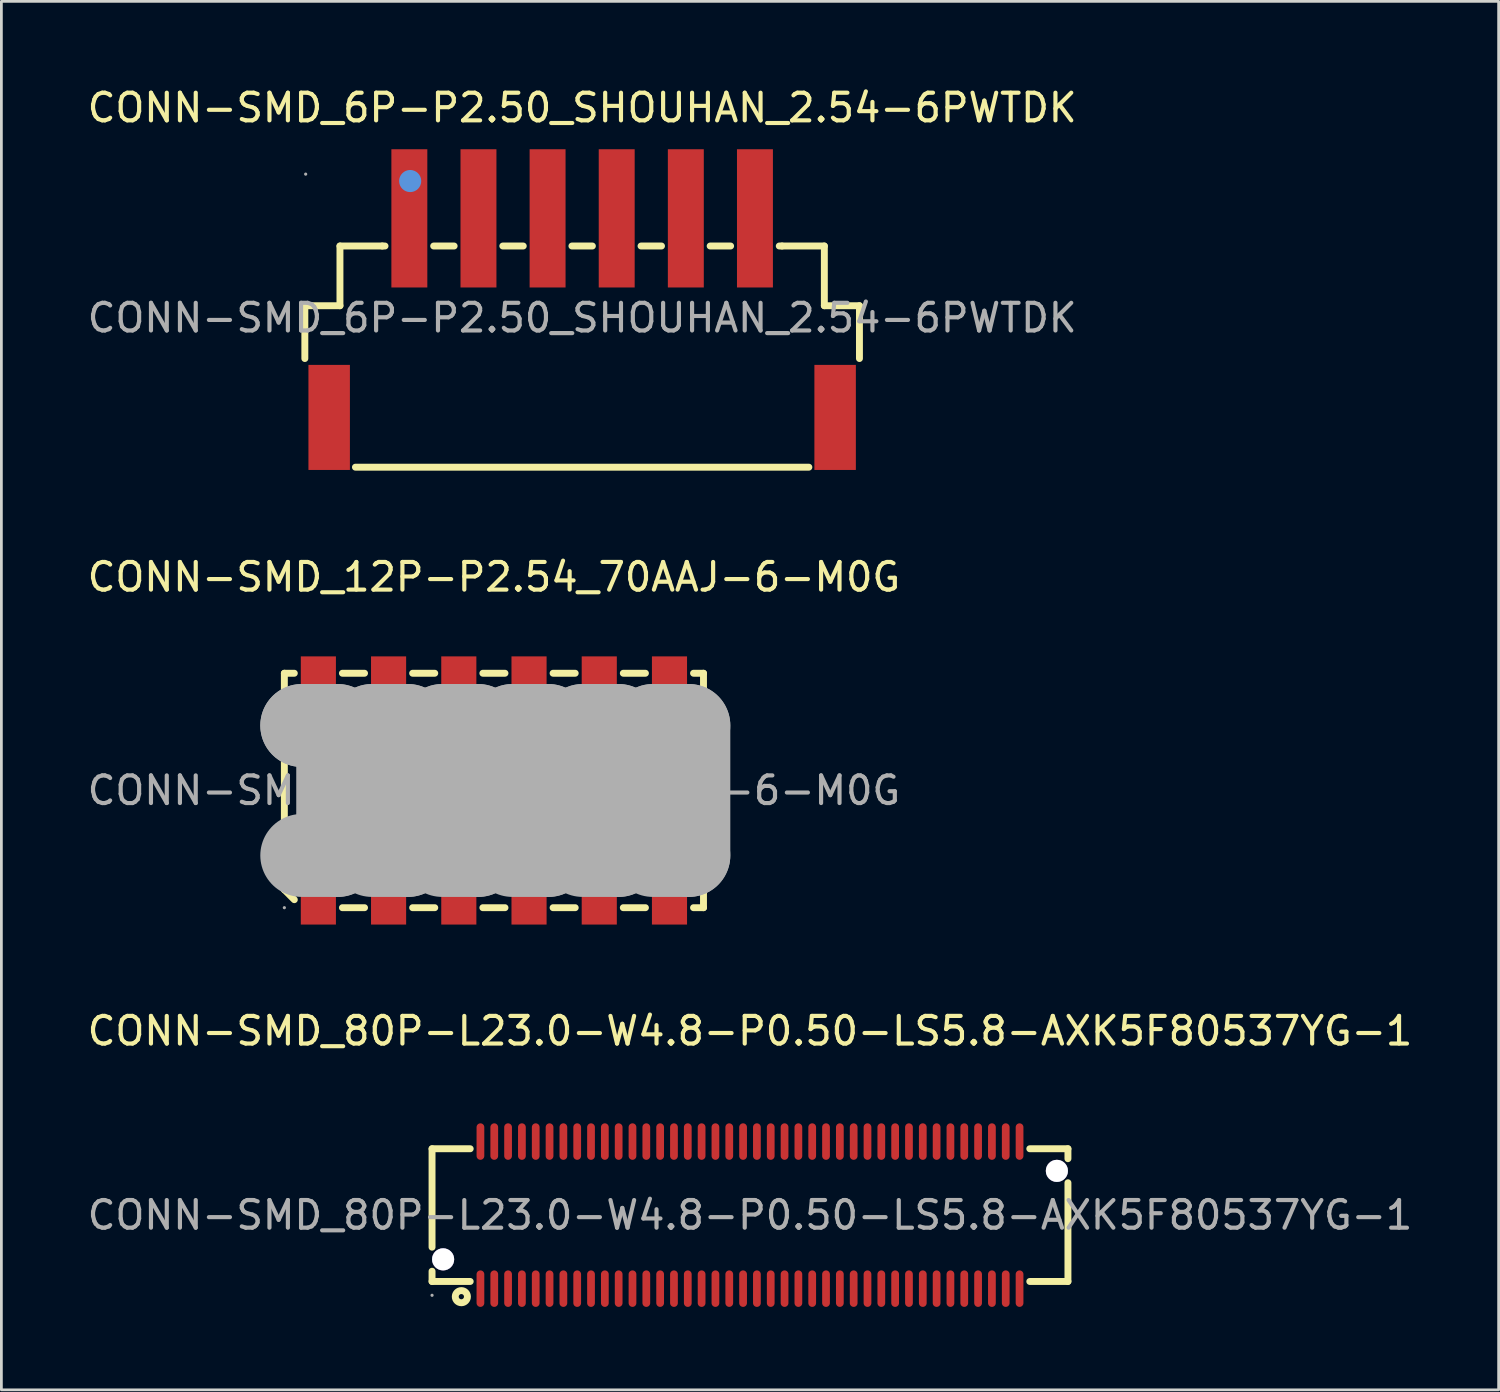
<source format=kicad_pcb>
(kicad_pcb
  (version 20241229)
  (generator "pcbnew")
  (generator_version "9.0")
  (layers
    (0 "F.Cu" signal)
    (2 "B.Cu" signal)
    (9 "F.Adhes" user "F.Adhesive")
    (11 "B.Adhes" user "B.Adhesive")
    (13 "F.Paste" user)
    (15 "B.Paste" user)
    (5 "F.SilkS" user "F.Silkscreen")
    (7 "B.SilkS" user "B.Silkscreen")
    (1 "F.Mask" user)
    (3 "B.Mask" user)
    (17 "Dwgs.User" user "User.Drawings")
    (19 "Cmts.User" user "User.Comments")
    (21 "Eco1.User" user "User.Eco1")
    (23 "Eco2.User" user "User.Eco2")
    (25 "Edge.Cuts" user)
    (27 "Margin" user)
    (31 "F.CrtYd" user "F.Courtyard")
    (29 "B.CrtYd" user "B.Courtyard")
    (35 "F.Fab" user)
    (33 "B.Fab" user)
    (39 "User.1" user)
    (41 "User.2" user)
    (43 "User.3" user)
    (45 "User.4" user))
  (footprint "CONN-SMD_80P-L23.0-W4.8-P0.50-LS5.8-AXK5F80537YG-1"
    (layer "F.Cu")
    (at 24.077 40.9)
    (property "Reference" "CONN-SMD_80P-L23.0-W4.8-P0.50-LS5.8-AXK5F80537YG-1" (at 0 -6.66 0) (layer "F.SilkS") (effects (font (size 1 1) (thickness 0.15))))
    (attr smd)
    (fp_line (start -11.5 -2.4) (end -11.5 1.16) (stroke (width 0.25) (type solid)) (layer "F.SilkS"))
    (fp_line (start -11.5 2.03) (end -11.5 2.4) (stroke (width 0.25) (type solid)) (layer "F.SilkS"))
    (fp_line (start -11.5 2.4) (end -10.12 2.4) (stroke (width 0.25) (type solid)) (layer "F.SilkS"))
    (fp_line (start -10.12 -2.4) (end -11.5 -2.4) (stroke (width 0.25) (type solid)) (layer "F.SilkS"))
    (fp_line (start 10.12 2.4) (end 11.5 2.4) (stroke (width 0.25) (type solid)) (layer "F.SilkS"))
    (fp_line (start 11.5 -2.4) (end 10.12 -2.4) (stroke (width 0.25) (type solid)) (layer "F.SilkS"))
    (fp_line (start 11.5 -2.04) (end 11.5 -2.4) (stroke (width 0.25) (type solid)) (layer "F.SilkS"))
    (fp_line (start 11.5 2.4) (end 11.5 -1.17) (stroke (width 0.25) (type solid)) (layer "F.SilkS"))
    (fp_circle (center -10.44 2.95) (end -10.22 2.95) (stroke (width 0.25) (type solid)) (fill no) (layer "F.SilkS"))
    (fp_circle (center -11.1 1.6) (end -10.93 1.6) (stroke (width 0.34) (type solid)) (fill no) (layer "Cmts.User"))
    (fp_circle (center 11.1 -1.6) (end 11.27 -1.6) (stroke (width 0.34) (type solid)) (fill no) (layer "Cmts.User"))
    (fp_circle (center -11.5 2.9) (end -11.47 2.9) (stroke (width 0.06) (type solid)) (fill no) (layer "F.Fab"))
    (fp_text user "${REFERENCE}" (at 0 0 0) (layer "F.Fab") (effects (font (size 1 1) (thickness 0.15))))
    (pad "" thru_hole circle (at -11.1 1.6) (size 0.8 0.8) (drill 0.8) (layers "*.Cu" "*.Mask"))
    (pad "" thru_hole circle (at 11.1 -1.6) (size 0.8 0.8) (drill 0.8) (layers "*.Cu" "*.Mask"))
    (pad "1" smd oval (at -9.75 2.66) (size 0.28 1.32) (layers "F.Cu" "F.Mask" "F.Paste"))
    (pad "2" smd oval (at -9.25 2.66) (size 0.28 1.32) (layers "F.Cu" "F.Mask" "F.Paste"))
    (pad "3" smd oval (at -8.75 2.66) (size 0.28 1.32) (layers "F.Cu" "F.Mask" "F.Paste"))
    (pad "4" smd oval (at -8.25 2.66) (size 0.28 1.32) (layers "F.Cu" "F.Mask" "F.Paste"))
    (pad "5" smd oval (at -7.75 2.66) (size 0.28 1.32) (layers "F.Cu" "F.Mask" "F.Paste"))
    (pad "6" smd oval (at -7.25 2.66) (size 0.28 1.32) (layers "F.Cu" "F.Mask" "F.Paste"))
    (pad "7" smd oval (at -6.75 2.66) (size 0.28 1.32) (layers "F.Cu" "F.Mask" "F.Paste"))
    (pad "8" smd oval (at -6.25 2.66) (size 0.28 1.32) (layers "F.Cu" "F.Mask" "F.Paste"))
    (pad "9" smd oval (at -5.75 2.66) (size 0.28 1.32) (layers "F.Cu" "F.Mask" "F.Paste"))
    (pad "10" smd oval (at -5.25 2.66) (size 0.28 1.32) (layers "F.Cu" "F.Mask" "F.Paste"))
    (pad "11" smd oval (at -4.75 2.66) (size 0.28 1.32) (layers "F.Cu" "F.Mask" "F.Paste"))
    (pad "12" smd oval (at -4.25 2.66) (size 0.28 1.32) (layers "F.Cu" "F.Mask" "F.Paste"))
    (pad "13" smd oval (at -3.75 2.66) (size 0.28 1.32) (layers "F.Cu" "F.Mask" "F.Paste"))
    (pad "14" smd oval (at -3.25 2.66) (size 0.28 1.32) (layers "F.Cu" "F.Mask" "F.Paste"))
    (pad "15" smd oval (at -2.75 2.66) (size 0.28 1.32) (layers "F.Cu" "F.Mask" "F.Paste"))
    (pad "16" smd oval (at -2.25 2.66) (size 0.28 1.32) (layers "F.Cu" "F.Mask" "F.Paste"))
    (pad "17" smd oval (at -1.75 2.66) (size 0.28 1.32) (layers "F.Cu" "F.Mask" "F.Paste"))
    (pad "18" smd oval (at -1.25 2.66) (size 0.28 1.32) (layers "F.Cu" "F.Mask" "F.Paste"))
    (pad "19" smd oval (at -0.75 2.66) (size 0.28 1.32) (layers "F.Cu" "F.Mask" "F.Paste"))
    (pad "20" smd oval (at -0.25 2.66) (size 0.28 1.32) (layers "F.Cu" "F.Mask" "F.Paste"))
    (pad "21" smd oval (at 0.25 2.66) (size 0.28 1.32) (layers "F.Cu" "F.Mask" "F.Paste"))
    (pad "22" smd oval (at 0.75 2.66) (size 0.28 1.32) (layers "F.Cu" "F.Mask" "F.Paste"))
    (pad "23" smd oval (at 1.25 2.66) (size 0.28 1.32) (layers "F.Cu" "F.Mask" "F.Paste"))
    (pad "24" smd oval (at 1.75 2.66) (size 0.28 1.32) (layers "F.Cu" "F.Mask" "F.Paste"))
    (pad "25" smd oval (at 2.25 2.66) (size 0.28 1.32) (layers "F.Cu" "F.Mask" "F.Paste"))
    (pad "26" smd oval (at 2.75 2.66) (size 0.28 1.32) (layers "F.Cu" "F.Mask" "F.Paste"))
    (pad "27" smd oval (at 3.25 2.66) (size 0.28 1.32) (layers "F.Cu" "F.Mask" "F.Paste"))
    (pad "28" smd oval (at 3.75 2.66) (size 0.28 1.32) (layers "F.Cu" "F.Mask" "F.Paste"))
    (pad "29" smd oval (at 4.25 2.66) (size 0.28 1.32) (layers "F.Cu" "F.Mask" "F.Paste"))
    (pad "30" smd oval (at 4.75 2.66) (size 0.28 1.32) (layers "F.Cu" "F.Mask" "F.Paste"))
    (pad "31" smd oval (at 5.25 2.66) (size 0.28 1.32) (layers "F.Cu" "F.Mask" "F.Paste"))
    (pad "32" smd oval (at 5.75 2.66) (size 0.28 1.32) (layers "F.Cu" "F.Mask" "F.Paste"))
    (pad "33" smd oval (at 6.25 2.66) (size 0.28 1.32) (layers "F.Cu" "F.Mask" "F.Paste"))
    (pad "34" smd oval (at 6.75 2.66) (size 0.28 1.32) (layers "F.Cu" "F.Mask" "F.Paste"))
    (pad "35" smd oval (at 7.25 2.66) (size 0.28 1.32) (layers "F.Cu" "F.Mask" "F.Paste"))
    (pad "36" smd oval (at 7.75 2.66) (size 0.28 1.32) (layers "F.Cu" "F.Mask" "F.Paste"))
    (pad "37" smd oval (at 8.25 2.66) (size 0.28 1.32) (layers "F.Cu" "F.Mask" "F.Paste"))
    (pad "38" smd oval (at 8.75 2.66) (size 0.28 1.32) (layers "F.Cu" "F.Mask" "F.Paste"))
    (pad "39" smd oval (at 9.25 2.66) (size 0.28 1.32) (layers "F.Cu" "F.Mask" "F.Paste"))
    (pad "40" smd oval (at 9.75 2.66) (size 0.28 1.32) (layers "F.Cu" "F.Mask" "F.Paste"))
    (pad "41" smd oval (at 9.75 -2.66) (size 0.28 1.32) (layers "F.Cu" "F.Mask" "F.Paste"))
    (pad "42" smd oval (at 9.25 -2.66) (size 0.28 1.32) (layers "F.Cu" "F.Mask" "F.Paste"))
    (pad "43" smd oval (at 8.75 -2.66) (size 0.28 1.32) (layers "F.Cu" "F.Mask" "F.Paste"))
    (pad "44" smd oval (at 8.25 -2.66) (size 0.28 1.32) (layers "F.Cu" "F.Mask" "F.Paste"))
    (pad "45" smd oval (at 7.75 -2.66) (size 0.28 1.32) (layers "F.Cu" "F.Mask" "F.Paste"))
    (pad "46" smd oval (at 7.25 -2.66) (size 0.28 1.32) (layers "F.Cu" "F.Mask" "F.Paste"))
    (pad "47" smd oval (at 6.75 -2.66) (size 0.28 1.32) (layers "F.Cu" "F.Mask" "F.Paste"))
    (pad "48" smd oval (at 6.25 -2.66) (size 0.28 1.32) (layers "F.Cu" "F.Mask" "F.Paste"))
    (pad "49" smd oval (at 5.75 -2.66) (size 0.28 1.32) (layers "F.Cu" "F.Mask" "F.Paste"))
    (pad "50" smd oval (at 5.25 -2.66) (size 0.28 1.32) (layers "F.Cu" "F.Mask" "F.Paste"))
    (pad "51" smd oval (at 4.75 -2.66) (size 0.28 1.32) (layers "F.Cu" "F.Mask" "F.Paste"))
    (pad "52" smd oval (at 4.25 -2.66) (size 0.28 1.32) (layers "F.Cu" "F.Mask" "F.Paste"))
    (pad "53" smd oval (at 3.75 -2.66) (size 0.28 1.32) (layers "F.Cu" "F.Mask" "F.Paste"))
    (pad "54" smd oval (at 3.25 -2.66) (size 0.28 1.32) (layers "F.Cu" "F.Mask" "F.Paste"))
    (pad "55" smd oval (at 2.75 -2.66) (size 0.28 1.32) (layers "F.Cu" "F.Mask" "F.Paste"))
    (pad "56" smd oval (at 2.25 -2.66) (size 0.28 1.32) (layers "F.Cu" "F.Mask" "F.Paste"))
    (pad "57" smd oval (at 1.75 -2.66) (size 0.28 1.32) (layers "F.Cu" "F.Mask" "F.Paste"))
    (pad "58" smd oval (at 1.25 -2.66) (size 0.28 1.32) (layers "F.Cu" "F.Mask" "F.Paste"))
    (pad "59" smd oval (at 0.75 -2.66) (size 0.28 1.32) (layers "F.Cu" "F.Mask" "F.Paste"))
    (pad "60" smd oval (at 0.25 -2.66) (size 0.28 1.32) (layers "F.Cu" "F.Mask" "F.Paste"))
    (pad "61" smd oval (at -0.25 -2.66) (size 0.28 1.32) (layers "F.Cu" "F.Mask" "F.Paste"))
    (pad "62" smd oval (at -0.75 -2.66) (size 0.28 1.32) (layers "F.Cu" "F.Mask" "F.Paste"))
    (pad "63" smd oval (at -1.25 -2.66) (size 0.28 1.32) (layers "F.Cu" "F.Mask" "F.Paste"))
    (pad "64" smd oval (at -1.75 -2.66) (size 0.28 1.32) (layers "F.Cu" "F.Mask" "F.Paste"))
    (pad "65" smd oval (at -2.25 -2.66) (size 0.28 1.32) (layers "F.Cu" "F.Mask" "F.Paste"))
    (pad "66" smd oval (at -2.75 -2.66) (size 0.28 1.32) (layers "F.Cu" "F.Mask" "F.Paste"))
    (pad "67" smd oval (at -3.25 -2.66) (size 0.28 1.32) (layers "F.Cu" "F.Mask" "F.Paste"))
    (pad "68" smd oval (at -3.75 -2.66) (size 0.28 1.32) (layers "F.Cu" "F.Mask" "F.Paste"))
    (pad "69" smd oval (at -4.25 -2.66) (size 0.28 1.32) (layers "F.Cu" "F.Mask" "F.Paste"))
    (pad "70" smd oval (at -4.75 -2.66) (size 0.28 1.32) (layers "F.Cu" "F.Mask" "F.Paste"))
    (pad "71" smd oval (at -5.25 -2.66) (size 0.28 1.32) (layers "F.Cu" "F.Mask" "F.Paste"))
    (pad "72" smd oval (at -5.75 -2.66) (size 0.28 1.32) (layers "F.Cu" "F.Mask" "F.Paste"))
    (pad "73" smd oval (at -6.25 -2.66) (size 0.28 1.32) (layers "F.Cu" "F.Mask" "F.Paste"))
    (pad "74" smd oval (at -6.75 -2.66) (size 0.28 1.32) (layers "F.Cu" "F.Mask" "F.Paste"))
    (pad "75" smd oval (at -7.25 -2.66) (size 0.28 1.32) (layers "F.Cu" "F.Mask" "F.Paste"))
    (pad "76" smd oval (at -7.75 -2.66) (size 0.28 1.32) (layers "F.Cu" "F.Mask" "F.Paste"))
    (pad "77" smd oval (at -8.25 -2.66) (size 0.28 1.32) (layers "F.Cu" "F.Mask" "F.Paste"))
    (pad "78" smd oval (at -8.75 -2.66) (size 0.28 1.32) (layers "F.Cu" "F.Mask" "F.Paste"))
    (pad "79" smd oval (at -9.25 -2.66) (size 0.28 1.32) (layers "F.Cu" "F.Mask" "F.Paste"))
    (pad "80" smd oval (at -9.75 -2.66) (size 0.28 1.32) (layers "F.Cu" "F.Mask" "F.Paste")))
  (footprint "CONN-SMD_12P-P2.54_70AAJ-6-M0G"
    (layer "F.Cu")
    (at 14.815 25.541)
    (property "Reference" "CONN-SMD_12P-P2.54_70AAJ-6-M0G" (at 0 -7.72 0) (layer "F.SilkS") (effects (font (size 1 1) (thickness 0.15))))
    (attr smd)
    (fp_line (start -7.58 -4.24) (end -7.22 -4.24) (stroke (width 0.25) (type solid)) (layer "F.SilkS"))
    (fp_line (start -7.58 3.59) (end -7.58 -4.24) (stroke (width 0.25) (type solid)) (layer "F.SilkS"))
    (fp_line (start -7.22 3.95) (end -7.58 3.59) (stroke (width 0.25) (type solid)) (layer "F.SilkS"))
    (fp_line (start -5.48 -4.24) (end -4.68 -4.24) (stroke (width 0.25) (type solid)) (layer "F.SilkS"))
    (fp_line (start -4.68 4.24) (end -5.48 4.24) (stroke (width 0.25) (type solid)) (layer "F.SilkS"))
    (fp_line (start -2.94 -4.24) (end -2.14 -4.24) (stroke (width 0.25) (type solid)) (layer "F.SilkS"))
    (fp_line (start -2.14 4.24) (end -2.94 4.24) (stroke (width 0.25) (type solid)) (layer "F.SilkS"))
    (fp_line (start -0.4 -4.24) (end 0.4 -4.24) (stroke (width 0.25) (type solid)) (layer "F.SilkS"))
    (fp_line (start 0.4 4.24) (end -0.4 4.24) (stroke (width 0.25) (type solid)) (layer "F.SilkS"))
    (fp_line (start 2.14 -4.24) (end 2.94 -4.24) (stroke (width 0.25) (type solid)) (layer "F.SilkS"))
    (fp_line (start 2.94 4.24) (end 2.14 4.24) (stroke (width 0.25) (type solid)) (layer "F.SilkS"))
    (fp_line (start 4.68 -4.24) (end 5.48 -4.24) (stroke (width 0.25) (type solid)) (layer "F.SilkS"))
    (fp_line (start 5.48 4.24) (end 4.68 4.24) (stroke (width 0.25) (type solid)) (layer "F.SilkS"))
    (fp_line (start 7.22 -4.24) (end 7.58 -4.24) (stroke (width 0.25) (type solid)) (layer "F.SilkS"))
    (fp_line (start 7.58 -4.24) (end 7.58 4.24) (stroke (width 0.25) (type solid)) (layer "F.SilkS"))
    (fp_line (start 7.58 4.24) (end 7.22 4.24) (stroke (width 0.25) (type solid)) (layer "F.SilkS"))
    (fp_circle (center -6.3 -1.9) (end -6.1 -1.9) (stroke (width 0.1) (type solid)) (fill no) (layer "F.SilkS"))
    (fp_circle (center -3.76 -1.9) (end -3.56 -1.9) (stroke (width 0.1) (type solid)) (fill no) (layer "F.SilkS"))
    (fp_circle (center -1.22 -1.9) (end -1.02 -1.9) (stroke (width 0.1) (type solid)) (fill no) (layer "F.SilkS"))
    (fp_circle (center 1.32 -1.9) (end 1.52 -1.9) (stroke (width 0.1) (type solid)) (fill no) (layer "F.SilkS"))
    (fp_circle (center 3.86 -1.9) (end 4.06 -1.9) (stroke (width 0.1) (type solid)) (fill no) (layer "F.SilkS"))
    (fp_circle (center 6.4 -1.9) (end 6.6 -1.9) (stroke (width 0.1) (type solid)) (fill no) (layer "F.SilkS"))
    (fp_line (start -6.95 -2.35) (end -6.95 -2.35) (stroke (width 3) (type solid)) (layer "F.Fab"))
    (fp_line (start -6.95 -2.35) (end -5.65 -2.35) (stroke (width 3) (type solid)) (layer "F.Fab"))
    (fp_line (start -5.65 -2.35) (end -5.65 2.35) (stroke (width 3) (type solid)) (layer "F.Fab"))
    (fp_line (start -5.65 2.35) (end -6.95 2.35) (stroke (width 3) (type solid)) (layer "F.Fab"))
    (fp_line (start -4.41 -2.35) (end -4.41 -2.35) (stroke (width 3) (type solid)) (layer "F.Fab"))
    (fp_line (start -4.41 -2.35) (end -3.11 -2.35) (stroke (width 3) (type solid)) (layer "F.Fab"))
    (fp_line (start -3.11 -2.35) (end -3.11 2.35) (stroke (width 3) (type solid)) (layer "F.Fab"))
    (fp_line (start -3.11 2.35) (end -4.41 2.35) (stroke (width 3) (type solid)) (layer "F.Fab"))
    (fp_line (start -1.87 -2.35) (end -1.87 -2.35) (stroke (width 3) (type solid)) (layer "F.Fab"))
    (fp_line (start -1.87 -2.35) (end -0.57 -2.35) (stroke (width 3) (type solid)) (layer "F.Fab"))
    (fp_line (start -0.57 -2.35) (end -0.57 2.35) (stroke (width 3) (type solid)) (layer "F.Fab"))
    (fp_line (start -0.57 2.35) (end -1.87 2.35) (stroke (width 3) (type solid)) (layer "F.Fab"))
    (fp_line (start 0.67 -2.35) (end 0.67 -2.35) (stroke (width 3) (type solid)) (layer "F.Fab"))
    (fp_line (start 0.67 -2.35) (end 1.97 -2.35) (stroke (width 3) (type solid)) (layer "F.Fab"))
    (fp_line (start 1.97 -2.35) (end 1.97 2.35) (stroke (width 3) (type solid)) (layer "F.Fab"))
    (fp_line (start 1.97 2.35) (end 0.67 2.35) (stroke (width 3) (type solid)) (layer "F.Fab"))
    (fp_line (start 3.21 -2.35) (end 3.21 -2.35) (stroke (width 3) (type solid)) (layer "F.Fab"))
    (fp_line (start 3.21 -2.35) (end 4.51 -2.35) (stroke (width 3) (type solid)) (layer "F.Fab"))
    (fp_line (start 4.51 -2.35) (end 4.51 2.35) (stroke (width 3) (type solid)) (layer "F.Fab"))
    (fp_line (start 4.51 2.35) (end 3.21 2.35) (stroke (width 3) (type solid)) (layer "F.Fab"))
    (fp_line (start 5.75 -2.35) (end 5.75 -2.35) (stroke (width 3) (type solid)) (layer "F.Fab"))
    (fp_line (start 5.75 -2.35) (end 7.05 -2.35) (stroke (width 3) (type solid)) (layer "F.Fab"))
    (fp_line (start 7.05 -2.35) (end 7.05 2.35) (stroke (width 3) (type solid)) (layer "F.Fab"))
    (fp_line (start 7.05 2.35) (end 5.75 2.35) (stroke (width 3) (type solid)) (layer "F.Fab"))
    (fp_circle (center -7.58 4.24) (end -7.55 4.24) (stroke (width 0.06) (type solid)) (fill no) (layer "F.Fab"))
    (fp_text user "${REFERENCE}" (at 0 0 0) (layer "F.Fab") (effects (font (size 1 1) (thickness 0.15))))
    (pad "1" smd rect (at -6.35 3.72) (size 1.27 2.26) (layers "F.Cu" "F.Mask" "F.Paste"))
    (pad "2" smd rect (at -3.81 3.72) (size 1.27 2.26) (layers "F.Cu" "F.Mask" "F.Paste"))
    (pad "3" smd rect (at -1.27 3.72) (size 1.27 2.26) (layers "F.Cu" "F.Mask" "F.Paste"))
    (pad "4" smd rect (at 1.27 3.72) (size 1.27 2.26) (layers "F.Cu" "F.Mask" "F.Paste"))
    (pad "5" smd rect (at 3.81 3.72) (size 1.27 2.26) (layers "F.Cu" "F.Mask" "F.Paste"))
    (pad "6" smd rect (at 6.35 3.72) (size 1.27 2.26) (layers "F.Cu" "F.Mask" "F.Paste"))
    (pad "7" smd rect (at 6.35 -3.72) (size 1.27 2.26) (layers "F.Cu" "F.Mask" "F.Paste"))
    (pad "8" smd rect (at 3.81 -3.72) (size 1.27 2.26) (layers "F.Cu" "F.Mask" "F.Paste"))
    (pad "9" smd rect (at 1.27 -3.72) (size 1.27 2.26) (layers "F.Cu" "F.Mask" "F.Paste"))
    (pad "10" smd rect (at -1.27 -3.72) (size 1.27 2.26) (layers "F.Cu" "F.Mask" "F.Paste"))
    (pad "11" smd rect (at -3.81 -3.72) (size 1.27 2.26) (layers "F.Cu" "F.Mask" "F.Paste"))
    (pad "12" smd rect (at -6.35 -3.72) (size 1.27 2.26) (layers "F.Cu" "F.Mask" "F.Paste")))
  (footprint "CONN-SMD_6P-P2.50_SHOUHAN_2.54-6PWTDK"
    (layer "F.Cu")
    (at 18.006 8.448)
    (property "Reference" "CONN-SMD_6P-P2.50_SHOUHAN_2.54-6PWTDK" (at 0 -7.6 0) (layer "F.SilkS") (effects (font (size 1 1) (thickness 0.15))))
    (attr smd)
    (fp_line (start -10.03 -0.44) (end -10.03 1.47) (stroke (width 0.25) (type solid)) (layer "F.SilkS"))
    (fp_line (start -8.76 -2.6) (end -8.76 -0.44) (stroke (width 0.25) (type solid)) (layer "F.SilkS"))
    (fp_line (start -8.76 -0.44) (end -10.03 -0.44) (stroke (width 0.25) (type solid)) (layer "F.SilkS"))
    (fp_line (start -8.2 5.4) (end 8.2 5.4) (stroke (width 0.25) (type solid)) (layer "F.SilkS"))
    (fp_line (start -7.23 -2.6) (end -8.76 -2.6) (stroke (width 0.25) (type solid)) (layer "F.SilkS"))
    (fp_line (start -7.23 -2.6) (end -7.13 -2.6) (stroke (width 0.25) (type solid)) (layer "F.SilkS"))
    (fp_line (start -5.37 -2.6) (end -4.63 -2.6) (stroke (width 0.25) (type solid)) (layer "F.SilkS"))
    (fp_line (start -2.87 -2.6) (end -2.13 -2.6) (stroke (width 0.25) (type solid)) (layer "F.SilkS"))
    (fp_line (start -0.37 -2.6) (end 0.37 -2.6) (stroke (width 0.25) (type solid)) (layer "F.SilkS"))
    (fp_line (start 2.13 -2.6) (end 2.87 -2.6) (stroke (width 0.25) (type solid)) (layer "F.SilkS"))
    (fp_line (start 4.63 -2.6) (end 5.37 -2.6) (stroke (width 0.25) (type solid)) (layer "F.SilkS"))
    (fp_line (start 7.13 -2.6) (end 7.23 -2.6) (stroke (width 0.25) (type solid)) (layer "F.SilkS"))
    (fp_line (start 8.76 -2.6) (end 7.23 -2.6) (stroke (width 0.25) (type solid)) (layer "F.SilkS"))
    (fp_line (start 8.76 -2.6) (end 8.76 -0.44) (stroke (width 0.25) (type solid)) (layer "F.SilkS"))
    (fp_line (start 8.76 -0.44) (end 10.03 -0.44) (stroke (width 0.25) (type solid)) (layer "F.SilkS"))
    (fp_line (start 10.03 -0.44) (end 10.03 1.47) (stroke (width 0.25) (type solid)) (layer "F.SilkS"))
    (fp_circle (center -6.22 -4.95) (end -6.02 -4.95) (stroke (width 0.4) (type solid)) (fill no) (layer "Cmts.User"))
    (fp_circle (center -10 -5.2) (end -9.97 -5.2) (stroke (width 0.06) (type solid)) (fill no) (layer "F.Fab"))
    (fp_text user "${REFERENCE}" (at 0 0 0) (layer "F.Fab") (effects (font (size 1 1) (thickness 0.15))))
    (pad "1" smd rect (at -6.25 -3.6) (size 1.3 5) (layers "F.Cu" "F.Mask" "F.Paste"))
    (pad "2" smd rect (at -3.75 -3.6) (size 1.3 5) (layers "F.Cu" "F.Mask" "F.Paste"))
    (pad "3" smd rect (at -1.25 -3.6) (size 1.3 5) (layers "F.Cu" "F.Mask" "F.Paste"))
    (pad "4" smd rect (at 1.25 -3.6) (size 1.3 5) (layers "F.Cu" "F.Mask" "F.Paste"))
    (pad "5" smd rect (at 3.75 -3.6) (size 1.3 5) (layers "F.Cu" "F.Mask" "F.Paste"))
    (pad "6" smd rect (at 6.25 -3.6) (size 1.3 5) (layers "F.Cu" "F.Mask" "F.Paste"))
    (pad "7" smd rect (at 9.15 3.6) (size 1.5 3.8) (layers "F.Cu" "F.Mask" "F.Paste"))
    (pad "8" smd rect (at -9.15 3.6) (size 1.5 3.8) (layers "F.Cu" "F.Mask" "F.Paste")))
  (gr_rect
    (start -3 -3)
    (end 51.155 47.22)
    (stroke (width 0.1) (type default))
    (fill no)
    (layer "Edge.Cuts")))
</source>
